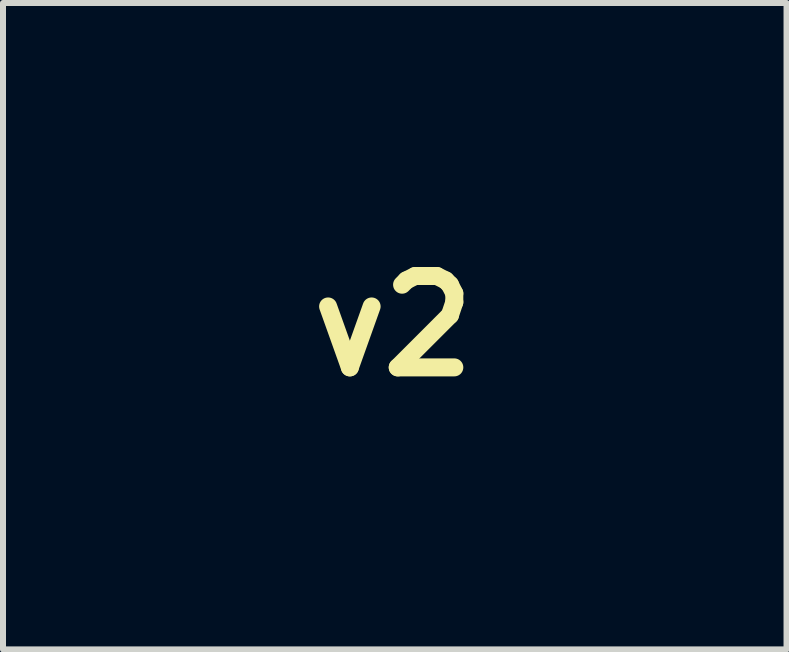
<source format=kicad_pcb>
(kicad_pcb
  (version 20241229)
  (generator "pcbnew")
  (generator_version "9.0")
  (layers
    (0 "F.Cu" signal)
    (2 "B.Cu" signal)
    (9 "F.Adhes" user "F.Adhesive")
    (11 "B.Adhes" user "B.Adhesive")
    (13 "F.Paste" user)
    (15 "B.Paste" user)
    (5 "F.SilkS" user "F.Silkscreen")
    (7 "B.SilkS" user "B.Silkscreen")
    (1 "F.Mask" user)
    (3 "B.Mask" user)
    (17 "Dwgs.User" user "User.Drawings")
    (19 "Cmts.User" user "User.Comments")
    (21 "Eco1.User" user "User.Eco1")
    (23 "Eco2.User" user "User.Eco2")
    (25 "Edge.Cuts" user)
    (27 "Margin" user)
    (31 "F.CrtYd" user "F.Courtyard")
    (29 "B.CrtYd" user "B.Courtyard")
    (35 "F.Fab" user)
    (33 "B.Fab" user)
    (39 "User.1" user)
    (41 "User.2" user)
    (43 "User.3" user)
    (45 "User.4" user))
  (footprint "v2"
    (layer "F.Cu")
    (at 3.51 2.387)
    (property "Reference" "v2" (at 0 0 0) (layer "F.SilkS") (effects (font (size 1.524 1.524) (thickness 0.3))))
    (attr through_hole)
    (fp_poly (pts (xy -2.832 -1.106) (xy -2.159 -1.092) (xy -2.032 0) (xy -1.993 0.319) (xy -1.955 0.601) (xy -1.919 0.83) (xy -1.889 0.993) (xy -1.867 1.076) (xy -1.861 1.083) (xy -1.826 1.037) (xy -1.751 0.913) (xy -1.644 0.724) (xy -1.512 0.482) (xy -1.361 0.2) (xy -1.25 -0.009) (xy -0.684 -1.092) (xy -0.495 -1.092) (xy -0.369 -1.086) (xy -0.297 -1.071) (xy -0.292 -1.066) (xy -0.312 -1.017) (xy -0.376 -0.889) (xy -0.477 -0.69) (xy -0.61 -0.432) (xy -0.772 -0.124) (xy -0.956 0.225) (xy -1.157 0.603) (xy -1.194 0.673) (xy -2.108 2.386) (xy -2.552 2.387) (xy -2.765 2.386) (xy -2.898 2.377) (xy -2.972 2.357) (xy -3.006 2.32) (xy -3.021 2.273) (xy -3.034 2.196) (xy -3.059 2.035) (xy -3.094 1.805) (xy -3.136 1.52) (xy -3.184 1.197) (xy -3.235 0.848) (xy -3.287 0.49) (xy -3.338 0.136) (xy -3.386 -0.199) (xy -3.429 -0.499) (xy -3.464 -0.75) (xy -3.489 -0.938) (xy -3.503 -1.048) (xy -3.505 -1.069) (xy -3.455 -1.091) (xy -3.309 -1.105) (xy -3.072 -1.109) (xy -2.832 -1.106)) (stroke (width 0.01) (type solid)) (fill no) (layer "Eco2.User"))
    (fp_poly (pts (xy 2.432 -2.356) (xy 2.721 -2.302) (xy 2.908 -2.237) (xy 3.13 -2.099) (xy 3.328 -1.916) (xy 3.473 -1.718) (xy 3.509 -1.642) (xy 3.55 -1.43) (xy 3.544 -1.177) (xy 3.494 -0.928) (xy 3.454 -0.822) (xy 3.306 -0.581) (xy 3.063 -0.304) (xy 2.726 0.008) (xy 2.294 0.355) (xy 1.886 0.654) (xy 1.054 1.245) (xy 2.043 1.258) (xy 3.033 1.272) (xy 2.924 1.817) (xy 2.815 2.362) (xy 1.046 2.376) (xy 0.568 2.379) (xy 0.182 2.38) (xy -0.12 2.379) (xy -0.348 2.375) (xy -0.51 2.368) (xy -0.617 2.358) (xy -0.676 2.345) (xy -0.696 2.328) (xy -0.696 2.319) (xy -0.672 2.229) (xy -0.644 2.081) (xy -0.632 2.001) (xy -0.616 1.91) (xy -0.595 1.832) (xy -0.557 1.757) (xy -0.494 1.674) (xy -0.395 1.571) (xy -0.251 1.44) (xy -0.052 1.269) (xy 0.212 1.047) (xy 0.33 0.948) (xy 0.706 0.631) (xy 1.013 0.366) (xy 1.263 0.141) (xy 1.469 -0.054) (xy 1.642 -0.23) (xy 1.794 -0.398) (xy 1.796 -0.401) (xy 2.005 -0.666) (xy 2.139 -0.903) (xy 2.212 -1.14) (xy 2.234 -1.401) (xy 2.228 -1.585) (xy 2.203 -1.703) (xy 2.147 -1.79) (xy 2.111 -1.826) (xy 2.029 -1.891) (xy 1.936 -1.922) (xy 1.799 -1.929) (xy 1.664 -1.922) (xy 1.388 -1.879) (xy 1.178 -1.78) (xy 1.011 -1.61) (xy 0.883 -1.389) (xy 0.801 -1.192) (xy 0.751 -0.99) (xy 0.724 -0.739) (xy 0.721 -0.676) (xy 0.702 -0.441) (xy 0.676 -0.306) (xy 0.642 -0.27) (xy 0.641 -0.27) (xy 0.564 -0.292) (xy 0.421 -0.327) (xy 0.286 -0.359) (xy -0.012 -0.425) (xy 0.012 -0.764) (xy 0.077 -1.125) (xy 0.209 -1.476) (xy 0.395 -1.776) (xy 0.421 -1.808) (xy 0.596 -1.964) (xy 0.841 -2.113) (xy 1.124 -2.24) (xy 1.413 -2.329) (xy 1.462 -2.339) (xy 1.77 -2.377) (xy 2.104 -2.382) (xy 2.432 -2.356)) (stroke (width 0.01) (type solid)) (fill no) (layer "Eco2.User")))
  (gr_rect
    (start -3 -3)
    (end 10.066 7.779)
    (stroke (width 0.1) (type default))
    (fill no)
    (layer "Edge.Cuts")))
</source>
